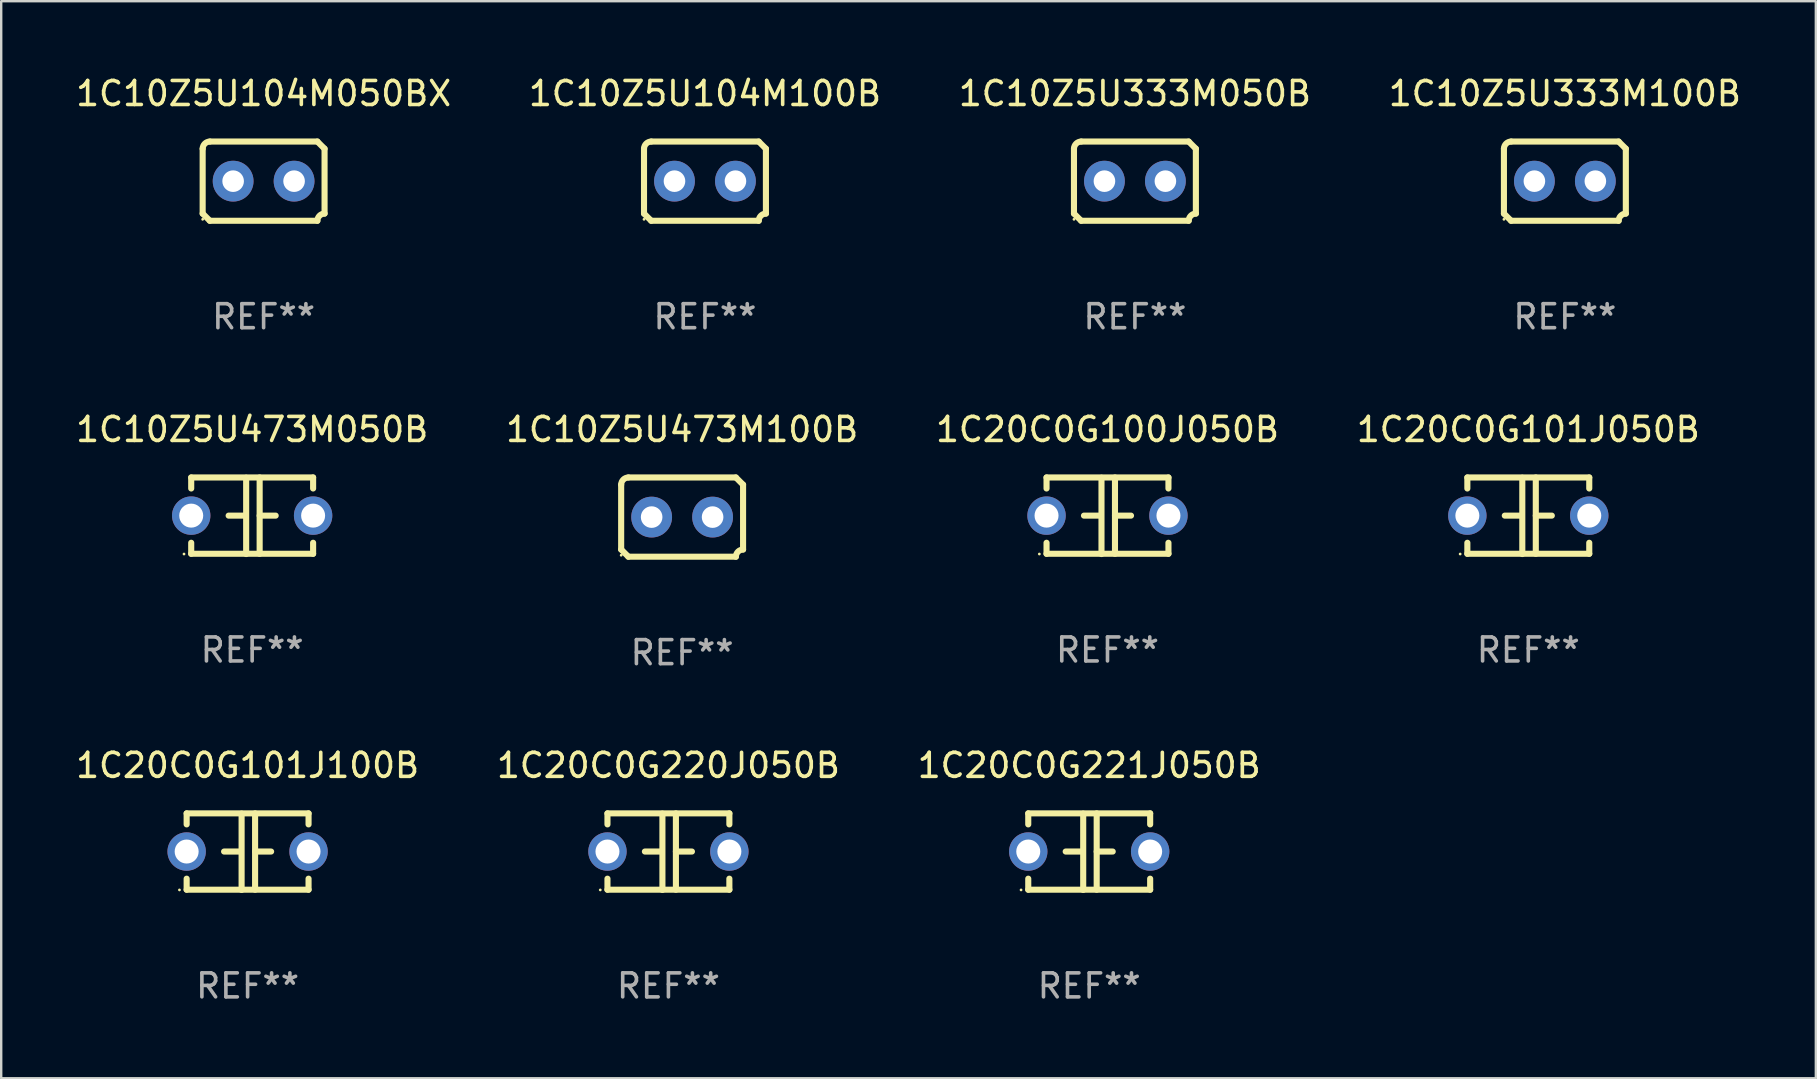
<source format=kicad_pcb>
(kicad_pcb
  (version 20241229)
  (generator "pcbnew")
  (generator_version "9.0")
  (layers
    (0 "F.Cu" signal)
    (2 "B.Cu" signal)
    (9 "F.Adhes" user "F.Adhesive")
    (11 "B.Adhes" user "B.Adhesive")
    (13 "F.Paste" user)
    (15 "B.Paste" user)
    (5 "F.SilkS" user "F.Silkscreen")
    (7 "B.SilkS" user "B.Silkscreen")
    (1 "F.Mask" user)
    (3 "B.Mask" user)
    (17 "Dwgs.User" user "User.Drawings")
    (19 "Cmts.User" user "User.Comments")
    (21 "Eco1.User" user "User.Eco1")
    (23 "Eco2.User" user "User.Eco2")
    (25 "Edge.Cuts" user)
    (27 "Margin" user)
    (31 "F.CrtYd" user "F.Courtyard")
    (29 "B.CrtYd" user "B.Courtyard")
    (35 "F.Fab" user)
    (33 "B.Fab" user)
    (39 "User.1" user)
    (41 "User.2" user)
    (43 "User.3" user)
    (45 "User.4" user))
  (footprint "1C10Z5U104M100B"
    (layer "F.Cu")
    (at 26.327 4.499)
    (property "Reference" "1C10Z5U104M100B" (at 0 -3.651 0) (layer "F.SilkS") (effects (font (size 1 1) (thickness 0.15))))
    (attr through_hole)
    (fp_line (start -2.54 -1.351) (end -2.54 1.351) (stroke (width 0.254) (type solid)) (layer "F.SilkS"))
    (fp_line (start -2.24 -1.651) (end 2.24 -1.651) (stroke (width 0.254) (type solid)) (layer "F.SilkS"))
    (fp_line (start 2.24 1.651) (end -2.24 1.651) (stroke (width 0.254) (type solid)) (layer "F.SilkS"))
    (fp_line (start 2.54 1.351) (end 2.54 -1.351) (stroke (width 0.254) (type solid)) (layer "F.SilkS"))
    (fp_arc (start -2.540005 -1.351283) (mid -2.450115 -1.561309) (end -2.240005 -1.651003) (stroke (width 0.254001) (type solid)) (layer "F.SilkS"))
    (fp_arc (start -2.240287 1.651001) (mid -2.390163 1.501019) (end -2.540005 1.351003) (stroke (width 0.254001) (type solid)) (layer "F.SilkS"))
    (fp_arc (start 2.240005 1.651003) (mid 2.329934 1.441015) (end 2.540005 1.351282) (stroke (width 0.254001) (type solid)) (layer "F.SilkS"))
    (fp_arc (start 2.540005 -1.351003) (mid 2.389393 -1.500252) (end 2.240284 -1.651003) (stroke (width 0.254001) (type solid)) (layer "F.SilkS"))
    (fp_circle (center -2.54 1.59) (end -2.51 1.59) (stroke (width 0.06) (type solid)) (fill no) (layer "F.SilkS"))
    (fp_text user "REF**" (at 0 5.651 0) (layer "F.Fab") (effects (font (size 1 1) (thickness 0.15))))
    (pad "1" thru_hole circle (at -1.27 0) (size 1.7 1.7) (drill 0.9) (layers "*.Cu" "*.Mask"))
    (pad "2" thru_hole circle (at 1.27 0) (size 1.7 1.7) (drill 0.9) (layers "*.Cu" "*.Mask")))
  (footprint "1C20C0G101J050B"
    (layer "F.Cu")
    (at 60.637 18.442)
    (property "Reference" "1C20C0G101J050B" (at 0 -3.595 0) (layer "F.SilkS") (effects (font (size 1 1) (thickness 0.15))))
    (attr through_hole)
    (fp_line (start -2.54 -1.595) (end -2.54 -1.136) (stroke (width 0.254) (type solid)) (layer "F.SilkS"))
    (fp_line (start -2.54 -1.595) (end 2.54 -1.595) (stroke (width 0.254) (type solid)) (layer "F.SilkS"))
    (fp_line (start -2.54 1.126) (end -2.54 1.585) (stroke (width 0.254) (type solid)) (layer "F.SilkS"))
    (fp_line (start -0.312 -0.005) (end -0.98 -0.005) (stroke (width 0.254) (type solid)) (layer "F.SilkS"))
    (fp_line (start -0.25 -1.585) (end -0.25 1.595) (stroke (width 0.254) (type solid)) (layer "F.SilkS"))
    (fp_line (start 0.312 -1.595) (end 0.312 1.585) (stroke (width 0.254) (type solid)) (layer "F.SilkS"))
    (fp_line (start 0.312 -0.005) (end 0.98 -0.005) (stroke (width 0.254) (type solid)) (layer "F.SilkS"))
    (fp_line (start 2.54 -1.595) (end 2.54 -1.136) (stroke (width 0.254) (type solid)) (layer "F.SilkS"))
    (fp_line (start 2.54 1.126) (end 2.54 1.585) (stroke (width 0.254) (type solid)) (layer "F.SilkS"))
    (fp_line (start 2.54 1.585) (end -2.54 1.585) (stroke (width 0.254) (type solid)) (layer "F.SilkS"))
    (fp_circle (center -2.84 1.595) (end -2.81 1.595) (stroke (width 0.06) (type solid)) (fill no) (layer "F.SilkS"))
    (fp_text user "REF**" (at 0 5.595 0) (layer "F.Fab") (effects (font (size 1 1) (thickness 0.15))))
    (pad "1" thru_hole circle (at -2.54 -0.005) (size 1.6 1.6) (drill 1) (layers "*.Cu" "*.Mask"))
    (pad "2" thru_hole circle (at 2.54 -0.005) (size 1.6 1.6) (drill 1) (layers "*.Cu" "*.Mask")))
  (footprint "1C20C0G100J050B"
    (layer "F.Cu")
    (at 43.101 18.442)
    (property "Reference" "1C20C0G100J050B" (at 0 -3.595 0) (layer "F.SilkS") (effects (font (size 1 1) (thickness 0.15))))
    (attr through_hole)
    (fp_line (start -2.54 -1.595) (end -2.54 -1.136) (stroke (width 0.254) (type solid)) (layer "F.SilkS"))
    (fp_line (start -2.54 -1.595) (end 2.54 -1.595) (stroke (width 0.254) (type solid)) (layer "F.SilkS"))
    (fp_line (start -2.54 1.126) (end -2.54 1.585) (stroke (width 0.254) (type solid)) (layer "F.SilkS"))
    (fp_line (start -0.312 -0.005) (end -0.98 -0.005) (stroke (width 0.254) (type solid)) (layer "F.SilkS"))
    (fp_line (start -0.25 -1.585) (end -0.25 1.595) (stroke (width 0.254) (type solid)) (layer "F.SilkS"))
    (fp_line (start 0.312 -1.595) (end 0.312 1.585) (stroke (width 0.254) (type solid)) (layer "F.SilkS"))
    (fp_line (start 0.312 -0.005) (end 0.98 -0.005) (stroke (width 0.254) (type solid)) (layer "F.SilkS"))
    (fp_line (start 2.54 -1.595) (end 2.54 -1.136) (stroke (width 0.254) (type solid)) (layer "F.SilkS"))
    (fp_line (start 2.54 1.126) (end 2.54 1.585) (stroke (width 0.254) (type solid)) (layer "F.SilkS"))
    (fp_line (start 2.54 1.585) (end -2.54 1.585) (stroke (width 0.254) (type solid)) (layer "F.SilkS"))
    (fp_circle (center -2.84 1.595) (end -2.81 1.595) (stroke (width 0.06) (type solid)) (fill no) (layer "F.SilkS"))
    (fp_text user "REF**" (at 0 5.595 0) (layer "F.Fab") (effects (font (size 1 1) (thickness 0.15))))
    (pad "1" thru_hole circle (at -2.54 -0.005) (size 1.6 1.6) (drill 1) (layers "*.Cu" "*.Mask"))
    (pad "2" thru_hole circle (at 2.54 -0.005) (size 1.6 1.6) (drill 1) (layers "*.Cu" "*.Mask")))
  (footprint "1C10Z5U333M100B"
    (layer "F.Cu")
    (at 62.161 4.499)
    (property "Reference" "1C10Z5U333M100B" (at 0 -3.651 0) (layer "F.SilkS") (effects (font (size 1 1) (thickness 0.15))))
    (attr through_hole)
    (fp_line (start -2.54 -1.351) (end -2.54 1.351) (stroke (width 0.254) (type solid)) (layer "F.SilkS"))
    (fp_line (start -2.24 -1.651) (end 2.24 -1.651) (stroke (width 0.254) (type solid)) (layer "F.SilkS"))
    (fp_line (start 2.24 1.651) (end -2.24 1.651) (stroke (width 0.254) (type solid)) (layer "F.SilkS"))
    (fp_line (start 2.54 1.351) (end 2.54 -1.351) (stroke (width 0.254) (type solid)) (layer "F.SilkS"))
    (fp_arc (start -2.540005 -1.351283) (mid -2.450115 -1.561309) (end -2.240005 -1.651003) (stroke (width 0.254001) (type solid)) (layer "F.SilkS"))
    (fp_arc (start -2.240287 1.651001) (mid -2.390163 1.501019) (end -2.540005 1.351003) (stroke (width 0.254001) (type solid)) (layer "F.SilkS"))
    (fp_arc (start 2.240005 1.651003) (mid 2.329934 1.441015) (end 2.540005 1.351282) (stroke (width 0.254001) (type solid)) (layer "F.SilkS"))
    (fp_arc (start 2.540005 -1.351003) (mid 2.389393 -1.500252) (end 2.240284 -1.651003) (stroke (width 0.254001) (type solid)) (layer "F.SilkS"))
    (fp_circle (center -2.54 1.59) (end -2.51 1.59) (stroke (width 0.06) (type solid)) (fill no) (layer "F.SilkS"))
    (fp_text user "REF**" (at 0 5.651 0) (layer "F.Fab") (effects (font (size 1 1) (thickness 0.15))))
    (pad "1" thru_hole circle (at -1.27 0) (size 1.7 1.7) (drill 0.9) (layers "*.Cu" "*.Mask"))
    (pad "2" thru_hole circle (at 1.27 0) (size 1.7 1.7) (drill 0.9) (layers "*.Cu" "*.Mask")))
  (footprint "1C20C0G221J050B"
    (layer "F.Cu")
    (at 42.339 32.44)
    (property "Reference" "1C20C0G221J050B" (at 0 -3.595 0) (layer "F.SilkS") (effects (font (size 1 1) (thickness 0.15))))
    (attr through_hole)
    (fp_line (start -2.54 -1.595) (end -2.54 -1.136) (stroke (width 0.254) (type solid)) (layer "F.SilkS"))
    (fp_line (start -2.54 -1.595) (end 2.54 -1.595) (stroke (width 0.254) (type solid)) (layer "F.SilkS"))
    (fp_line (start -2.54 1.126) (end -2.54 1.585) (stroke (width 0.254) (type solid)) (layer "F.SilkS"))
    (fp_line (start -0.312 -0.005) (end -0.98 -0.005) (stroke (width 0.254) (type solid)) (layer "F.SilkS"))
    (fp_line (start -0.25 -1.585) (end -0.25 1.595) (stroke (width 0.254) (type solid)) (layer "F.SilkS"))
    (fp_line (start 0.312 -1.595) (end 0.312 1.585) (stroke (width 0.254) (type solid)) (layer "F.SilkS"))
    (fp_line (start 0.312 -0.005) (end 0.98 -0.005) (stroke (width 0.254) (type solid)) (layer "F.SilkS"))
    (fp_line (start 2.54 -1.595) (end 2.54 -1.136) (stroke (width 0.254) (type solid)) (layer "F.SilkS"))
    (fp_line (start 2.54 1.126) (end 2.54 1.585) (stroke (width 0.254) (type solid)) (layer "F.SilkS"))
    (fp_line (start 2.54 1.585) (end -2.54 1.585) (stroke (width 0.254) (type solid)) (layer "F.SilkS"))
    (fp_circle (center -2.84 1.595) (end -2.81 1.595) (stroke (width 0.06) (type solid)) (fill no) (layer "F.SilkS"))
    (fp_text user "REF**" (at 0 5.595 0) (layer "F.Fab") (effects (font (size 1 1) (thickness 0.15))))
    (pad "1" thru_hole circle (at -2.54 -0.005) (size 1.6 1.6) (drill 1) (layers "*.Cu" "*.Mask"))
    (pad "2" thru_hole circle (at 2.54 -0.005) (size 1.6 1.6) (drill 1) (layers "*.Cu" "*.Mask")))
  (footprint "1C10Z5U473M050B"
    (layer "F.Cu")
    (at 7.458 18.442)
    (property "Reference" "1C10Z5U473M050B" (at 0 -3.595 0) (layer "F.SilkS") (effects (font (size 1 1) (thickness 0.15))))
    (attr through_hole)
    (fp_line (start -2.54 -1.595) (end -2.54 -1.136) (stroke (width 0.254) (type solid)) (layer "F.SilkS"))
    (fp_line (start -2.54 -1.595) (end 2.54 -1.595) (stroke (width 0.254) (type solid)) (layer "F.SilkS"))
    (fp_line (start -2.54 1.126) (end -2.54 1.585) (stroke (width 0.254) (type solid)) (layer "F.SilkS"))
    (fp_line (start -0.312 -0.005) (end -0.98 -0.005) (stroke (width 0.254) (type solid)) (layer "F.SilkS"))
    (fp_line (start -0.25 -1.585) (end -0.25 1.595) (stroke (width 0.254) (type solid)) (layer "F.SilkS"))
    (fp_line (start 0.312 -1.595) (end 0.312 1.585) (stroke (width 0.254) (type solid)) (layer "F.SilkS"))
    (fp_line (start 0.312 -0.005) (end 0.98 -0.005) (stroke (width 0.254) (type solid)) (layer "F.SilkS"))
    (fp_line (start 2.54 -1.595) (end 2.54 -1.136) (stroke (width 0.254) (type solid)) (layer "F.SilkS"))
    (fp_line (start 2.54 1.126) (end 2.54 1.585) (stroke (width 0.254) (type solid)) (layer "F.SilkS"))
    (fp_line (start 2.54 1.585) (end -2.54 1.585) (stroke (width 0.254) (type solid)) (layer "F.SilkS"))
    (fp_circle (center -2.84 1.595) (end -2.81 1.595) (stroke (width 0.06) (type solid)) (fill no) (layer "F.SilkS"))
    (fp_text user "REF**" (at 0 5.595 0) (layer "F.Fab") (effects (font (size 1 1) (thickness 0.15))))
    (pad "1" thru_hole circle (at -2.54 -0.005) (size 1.6 1.6) (drill 1) (layers "*.Cu" "*.Mask"))
    (pad "2" thru_hole circle (at 2.54 -0.005) (size 1.6 1.6) (drill 1) (layers "*.Cu" "*.Mask")))
  (footprint "1C20C0G101J100B"
    (layer "F.Cu")
    (at 7.268 32.44)
    (property "Reference" "1C20C0G101J100B" (at 0 -3.595 0) (layer "F.SilkS") (effects (font (size 1 1) (thickness 0.15))))
    (attr through_hole)
    (fp_line (start -2.54 -1.595) (end -2.54 -1.136) (stroke (width 0.254) (type solid)) (layer "F.SilkS"))
    (fp_line (start -2.54 -1.595) (end 2.54 -1.595) (stroke (width 0.254) (type solid)) (layer "F.SilkS"))
    (fp_line (start -2.54 1.126) (end -2.54 1.585) (stroke (width 0.254) (type solid)) (layer "F.SilkS"))
    (fp_line (start -0.312 -0.005) (end -0.98 -0.005) (stroke (width 0.254) (type solid)) (layer "F.SilkS"))
    (fp_line (start -0.25 -1.585) (end -0.25 1.595) (stroke (width 0.254) (type solid)) (layer "F.SilkS"))
    (fp_line (start 0.312 -1.595) (end 0.312 1.585) (stroke (width 0.254) (type solid)) (layer "F.SilkS"))
    (fp_line (start 0.312 -0.005) (end 0.98 -0.005) (stroke (width 0.254) (type solid)) (layer "F.SilkS"))
    (fp_line (start 2.54 -1.595) (end 2.54 -1.136) (stroke (width 0.254) (type solid)) (layer "F.SilkS"))
    (fp_line (start 2.54 1.126) (end 2.54 1.585) (stroke (width 0.254) (type solid)) (layer "F.SilkS"))
    (fp_line (start 2.54 1.585) (end -2.54 1.585) (stroke (width 0.254) (type solid)) (layer "F.SilkS"))
    (fp_circle (center -2.84 1.595) (end -2.81 1.595) (stroke (width 0.06) (type solid)) (fill no) (layer "F.SilkS"))
    (fp_text user "REF**" (at 0 5.595 0) (layer "F.Fab") (effects (font (size 1 1) (thickness 0.15))))
    (pad "1" thru_hole circle (at -2.54 -0.005) (size 1.6 1.6) (drill 1) (layers "*.Cu" "*.Mask"))
    (pad "2" thru_hole circle (at 2.54 -0.005) (size 1.6 1.6) (drill 1) (layers "*.Cu" "*.Mask")))
  (footprint "1C20C0G220J050B"
    (layer "F.Cu")
    (at 24.804 32.44)
    (property "Reference" "1C20C0G220J050B" (at 0 -3.595 0) (layer "F.SilkS") (effects (font (size 1 1) (thickness 0.15))))
    (attr through_hole)
    (fp_line (start -2.54 -1.595) (end -2.54 -1.136) (stroke (width 0.254) (type solid)) (layer "F.SilkS"))
    (fp_line (start -2.54 -1.595) (end 2.54 -1.595) (stroke (width 0.254) (type solid)) (layer "F.SilkS"))
    (fp_line (start -2.54 1.126) (end -2.54 1.585) (stroke (width 0.254) (type solid)) (layer "F.SilkS"))
    (fp_line (start -0.312 -0.005) (end -0.98 -0.005) (stroke (width 0.254) (type solid)) (layer "F.SilkS"))
    (fp_line (start -0.25 -1.585) (end -0.25 1.595) (stroke (width 0.254) (type solid)) (layer "F.SilkS"))
    (fp_line (start 0.312 -1.595) (end 0.312 1.585) (stroke (width 0.254) (type solid)) (layer "F.SilkS"))
    (fp_line (start 0.312 -0.005) (end 0.98 -0.005) (stroke (width 0.254) (type solid)) (layer "F.SilkS"))
    (fp_line (start 2.54 -1.595) (end 2.54 -1.136) (stroke (width 0.254) (type solid)) (layer "F.SilkS"))
    (fp_line (start 2.54 1.126) (end 2.54 1.585) (stroke (width 0.254) (type solid)) (layer "F.SilkS"))
    (fp_line (start 2.54 1.585) (end -2.54 1.585) (stroke (width 0.254) (type solid)) (layer "F.SilkS"))
    (fp_circle (center -2.84 1.595) (end -2.81 1.595) (stroke (width 0.06) (type solid)) (fill no) (layer "F.SilkS"))
    (fp_text user "REF**" (at 0 5.595 0) (layer "F.Fab") (effects (font (size 1 1) (thickness 0.15))))
    (pad "1" thru_hole circle (at -2.54 -0.005) (size 1.6 1.6) (drill 1) (layers "*.Cu" "*.Mask"))
    (pad "2" thru_hole circle (at 2.54 -0.005) (size 1.6 1.6) (drill 1) (layers "*.Cu" "*.Mask")))
  (footprint "1C10Z5U333M050B"
    (layer "F.Cu")
    (at 44.244 4.499)
    (property "Reference" "1C10Z5U333M050B" (at 0 -3.651 0) (layer "F.SilkS") (effects (font (size 1 1) (thickness 0.15))))
    (attr through_hole)
    (fp_line (start -2.54 -1.351) (end -2.54 1.351) (stroke (width 0.254) (type solid)) (layer "F.SilkS"))
    (fp_line (start -2.24 -1.651) (end 2.24 -1.651) (stroke (width 0.254) (type solid)) (layer "F.SilkS"))
    (fp_line (start 2.24 1.651) (end -2.24 1.651) (stroke (width 0.254) (type solid)) (layer "F.SilkS"))
    (fp_line (start 2.54 1.351) (end 2.54 -1.351) (stroke (width 0.254) (type solid)) (layer "F.SilkS"))
    (fp_arc (start -2.540005 -1.351283) (mid -2.450115 -1.561309) (end -2.240005 -1.651003) (stroke (width 0.254001) (type solid)) (layer "F.SilkS"))
    (fp_arc (start -2.240287 1.651001) (mid -2.390163 1.501019) (end -2.540005 1.351003) (stroke (width 0.254001) (type solid)) (layer "F.SilkS"))
    (fp_arc (start 2.240005 1.651003) (mid 2.329934 1.441015) (end 2.540005 1.351282) (stroke (width 0.254001) (type solid)) (layer "F.SilkS"))
    (fp_arc (start 2.540005 -1.351003) (mid 2.389393 -1.500252) (end 2.240284 -1.651003) (stroke (width 0.254001) (type solid)) (layer "F.SilkS"))
    (fp_circle (center -2.54 1.59) (end -2.51 1.59) (stroke (width 0.06) (type solid)) (fill no) (layer "F.SilkS"))
    (fp_text user "REF**" (at 0 5.651 0) (layer "F.Fab") (effects (font (size 1 1) (thickness 0.15))))
    (pad "1" thru_hole circle (at -1.27 0) (size 1.7 1.7) (drill 0.9) (layers "*.Cu" "*.Mask"))
    (pad "2" thru_hole circle (at 1.27 0) (size 1.7 1.7) (drill 0.9) (layers "*.Cu" "*.Mask")))
  (footprint "1C10Z5U104M050BX"
    (layer "F.Cu")
    (at 7.935 4.499)
    (property "Reference" "1C10Z5U104M050BX" (at 0 -3.651 0) (layer "F.SilkS") (effects (font (size 1 1) (thickness 0.15))))
    (attr through_hole)
    (fp_line (start -2.54 -1.351) (end -2.54 1.351) (stroke (width 0.254) (type solid)) (layer "F.SilkS"))
    (fp_line (start -2.24 -1.651) (end 2.24 -1.651) (stroke (width 0.254) (type solid)) (layer "F.SilkS"))
    (fp_line (start 2.24 1.651) (end -2.24 1.651) (stroke (width 0.254) (type solid)) (layer "F.SilkS"))
    (fp_line (start 2.54 1.351) (end 2.54 -1.351) (stroke (width 0.254) (type solid)) (layer "F.SilkS"))
    (fp_arc (start -2.540005 -1.351283) (mid -2.450115 -1.561309) (end -2.240005 -1.651003) (stroke (width 0.254001) (type solid)) (layer "F.SilkS"))
    (fp_arc (start -2.240287 1.651001) (mid -2.390163 1.501019) (end -2.540005 1.351003) (stroke (width 0.254001) (type solid)) (layer "F.SilkS"))
    (fp_arc (start 2.240005 1.651003) (mid 2.329934 1.441015) (end 2.540005 1.351282) (stroke (width 0.254001) (type solid)) (layer "F.SilkS"))
    (fp_arc (start 2.540005 -1.351003) (mid 2.389393 -1.500252) (end 2.240284 -1.651003) (stroke (width 0.254001) (type solid)) (layer "F.SilkS"))
    (fp_circle (center -2.54 1.59) (end -2.51 1.59) (stroke (width 0.06) (type solid)) (fill no) (layer "F.SilkS"))
    (fp_text user "REF**" (at 0 5.651 0) (layer "F.Fab") (effects (font (size 1 1) (thickness 0.15))))
    (pad "1" thru_hole circle (at -1.27 0) (size 1.7 1.7) (drill 0.9) (layers "*.Cu" "*.Mask"))
    (pad "2" thru_hole circle (at 1.27 0) (size 1.7 1.7) (drill 0.9) (layers "*.Cu" "*.Mask")))
  (footprint "1C10Z5U473M100B"
    (layer "F.Cu")
    (at 25.375 18.498)
    (property "Reference" "1C10Z5U473M100B" (at 0 -3.651 0) (layer "F.SilkS") (effects (font (size 1 1) (thickness 0.15))))
    (attr through_hole)
    (fp_line (start -2.54 -1.351) (end -2.54 1.351) (stroke (width 0.254) (type solid)) (layer "F.SilkS"))
    (fp_line (start -2.24 -1.651) (end 2.24 -1.651) (stroke (width 0.254) (type solid)) (layer "F.SilkS"))
    (fp_line (start 2.24 1.651) (end -2.24 1.651) (stroke (width 0.254) (type solid)) (layer "F.SilkS"))
    (fp_line (start 2.54 1.351) (end 2.54 -1.351) (stroke (width 0.254) (type solid)) (layer "F.SilkS"))
    (fp_arc (start -2.540005 -1.351283) (mid -2.450115 -1.561309) (end -2.240005 -1.651003) (stroke (width 0.254001) (type solid)) (layer "F.SilkS"))
    (fp_arc (start -2.240287 1.651001) (mid -2.390163 1.501019) (end -2.540005 1.351003) (stroke (width 0.254001) (type solid)) (layer "F.SilkS"))
    (fp_arc (start 2.240005 1.651003) (mid 2.329934 1.441015) (end 2.540005 1.351282) (stroke (width 0.254001) (type solid)) (layer "F.SilkS"))
    (fp_arc (start 2.540005 -1.351003) (mid 2.389393 -1.500252) (end 2.240284 -1.651003) (stroke (width 0.254001) (type solid)) (layer "F.SilkS"))
    (fp_circle (center -2.54 1.59) (end -2.51 1.59) (stroke (width 0.06) (type solid)) (fill no) (layer "F.SilkS"))
    (fp_text user "REF**" (at 0 5.651 0) (layer "F.Fab") (effects (font (size 1 1) (thickness 0.15))))
    (pad "1" thru_hole circle (at -1.27 0) (size 1.7 1.7) (drill 0.9) (layers "*.Cu" "*.Mask"))
    (pad "2" thru_hole circle (at 1.27 0) (size 1.7 1.7) (drill 0.9) (layers "*.Cu" "*.Mask")))
  (gr_rect
    (start -3 -3)
    (end 72.619 41.883)
    (stroke (width 0.1) (type default))
    (fill no)
    (layer "Edge.Cuts")))
</source>
